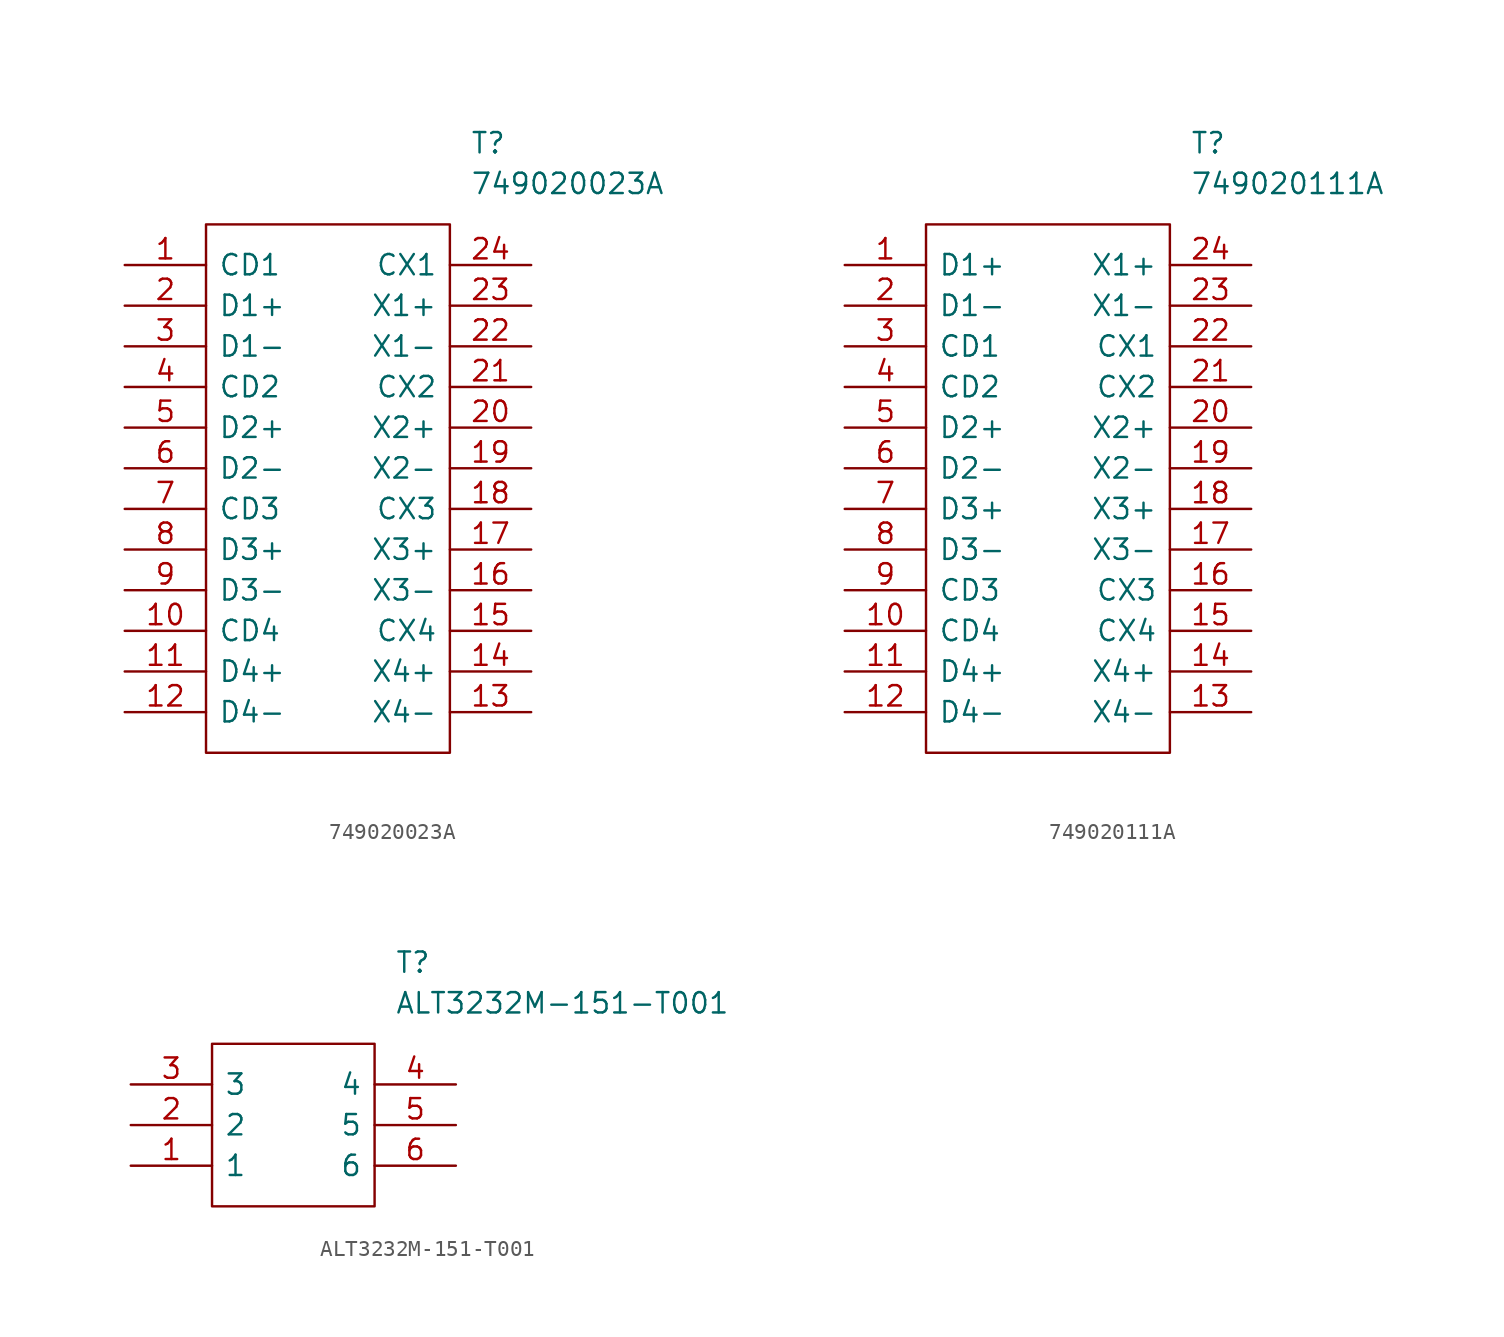
<source format=kicad_sym>
(kicad_symbol_lib
  (version 20211014)
  (generator kicad_symbol_editor)
  (symbol "749020023A"
    (pin_names
      (offset 0.762))
    (property "Reference" "T"
      (at 21.59 7.62 0)
      (effects (font (size 1.27 1.27)) (justify left)))
    (property "Value" "749020023A"
      (at 21.59 5.08 0)
      (effects (font (size 1.27 1.27)) (justify left)))
    (symbol "749020023A_0_0"
      (pin passive line (at 0 0 0) (length 5.08) (name "CD1" (effects (font (size 1.27 1.27)))) (number "1" (effects (font (size 1.27 1.27)))))
      (pin passive line (at 0 -22.86 0) (length 5.08) (name "CD4" (effects (font (size 1.27 1.27)))) (number "10" (effects (font (size 1.27 1.27)))))
      (pin passive line (at 0 -25.4 0) (length 5.08) (name "D4+" (effects (font (size 1.27 1.27)))) (number "11" (effects (font (size 1.27 1.27)))))
      (pin passive line (at 0 -27.94 0) (length 5.08) (name "D4-" (effects (font (size 1.27 1.27)))) (number "12" (effects (font (size 1.27 1.27)))))
      (pin passive line (at 25.4 -27.94 180) (length 5.08) (name "X4-" (effects (font (size 1.27 1.27)))) (number "13" (effects (font (size 1.27 1.27)))))
      (pin passive line (at 25.4 -25.4 180) (length 5.08) (name "X4+" (effects (font (size 1.27 1.27)))) (number "14" (effects (font (size 1.27 1.27)))))
      (pin passive line (at 25.4 -22.86 180) (length 5.08) (name "CX4" (effects (font (size 1.27 1.27)))) (number "15" (effects (font (size 1.27 1.27)))))
      (pin passive line (at 25.4 -20.32 180) (length 5.08) (name "X3-" (effects (font (size 1.27 1.27)))) (number "16" (effects (font (size 1.27 1.27)))))
      (pin passive line (at 25.4 -17.78 180) (length 5.08) (name "X3+" (effects (font (size 1.27 1.27)))) (number "17" (effects (font (size 1.27 1.27)))))
      (pin passive line (at 25.4 -15.24 180) (length 5.08) (name "CX3" (effects (font (size 1.27 1.27)))) (number "18" (effects (font (size 1.27 1.27)))))
      (pin passive line (at 25.4 -12.7 180) (length 5.08) (name "X2-" (effects (font (size 1.27 1.27)))) (number "19" (effects (font (size 1.27 1.27)))))
      (pin passive line (at 0 -2.54 0) (length 5.08) (name "D1+" (effects (font (size 1.27 1.27)))) (number "2" (effects (font (size 1.27 1.27)))))
      (pin passive line (at 25.4 -10.16 180) (length 5.08) (name "X2+" (effects (font (size 1.27 1.27)))) (number "20" (effects (font (size 1.27 1.27)))))
      (pin passive line (at 25.4 -7.62 180) (length 5.08) (name "CX2" (effects (font (size 1.27 1.27)))) (number "21" (effects (font (size 1.27 1.27)))))
      (pin passive line (at 25.4 -5.08 180) (length 5.08) (name "X1-" (effects (font (size 1.27 1.27)))) (number "22" (effects (font (size 1.27 1.27)))))
      (pin passive line (at 25.4 -2.54 180) (length 5.08) (name "X1+" (effects (font (size 1.27 1.27)))) (number "23" (effects (font (size 1.27 1.27)))))
      (pin passive line (at 25.4 0 180) (length 5.08) (name "CX1" (effects (font (size 1.27 1.27)))) (number "24" (effects (font (size 1.27 1.27)))))
      (pin passive line (at 0 -5.08 0) (length 5.08) (name "D1-" (effects (font (size 1.27 1.27)))) (number "3" (effects (font (size 1.27 1.27)))))
      (pin passive line (at 0 -7.62 0) (length 5.08) (name "CD2" (effects (font (size 1.27 1.27)))) (number "4" (effects (font (size 1.27 1.27)))))
      (pin passive line (at 0 -10.16 0) (length 5.08) (name "D2+" (effects (font (size 1.27 1.27)))) (number "5" (effects (font (size 1.27 1.27)))))
      (pin passive line (at 0 -12.7 0) (length 5.08) (name "D2-" (effects (font (size 1.27 1.27)))) (number "6" (effects (font (size 1.27 1.27)))))
      (pin passive line (at 0 -15.24 0) (length 5.08) (name "CD3" (effects (font (size 1.27 1.27)))) (number "7" (effects (font (size 1.27 1.27)))))
      (pin passive line (at 0 -17.78 0) (length 5.08) (name "D3+" (effects (font (size 1.27 1.27)))) (number "8" (effects (font (size 1.27 1.27)))))
      (pin passive line (at 0 -20.32 0) (length 5.08) (name "D3-" (effects (font (size 1.27 1.27)))) (number "9" (effects (font (size 1.27 1.27))))))
    (symbol "749020023A_0_1"
      (polyline (pts (xy 5.08 2.54) (xy 20.32 2.54) (xy 20.32 -30.48) (xy 5.08 -30.48) (xy 5.08 2.54)) (stroke (width 0.152) (type default) (color 0 0 0 0)) (fill (type none)))))
  (symbol "749020111A"
    (pin_names
      (offset 0.762))
    (property "Reference" "T"
      (at 21.59 7.62 0)
      (effects (font (size 1.27 1.27)) (justify left)))
    (property "Value" "749020111A"
      (at 21.59 5.08 0)
      (effects (font (size 1.27 1.27)) (justify left)))
    (symbol "749020111A_0_0"
      (pin passive line (at 0 0 0) (length 5.08) (name "D1+" (effects (font (size 1.27 1.27)))) (number "1" (effects (font (size 1.27 1.27)))))
      (pin passive line (at 0 -22.86 0) (length 5.08) (name "CD4" (effects (font (size 1.27 1.27)))) (number "10" (effects (font (size 1.27 1.27)))))
      (pin passive line (at 0 -25.4 0) (length 5.08) (name "D4+" (effects (font (size 1.27 1.27)))) (number "11" (effects (font (size 1.27 1.27)))))
      (pin passive line (at 0 -27.94 0) (length 5.08) (name "D4-" (effects (font (size 1.27 1.27)))) (number "12" (effects (font (size 1.27 1.27)))))
      (pin passive line (at 25.4 -27.94 180) (length 5.08) (name "X4-" (effects (font (size 1.27 1.27)))) (number "13" (effects (font (size 1.27 1.27)))))
      (pin passive line (at 25.4 -25.4 180) (length 5.08) (name "X4+" (effects (font (size 1.27 1.27)))) (number "14" (effects (font (size 1.27 1.27)))))
      (pin passive line (at 25.4 -22.86 180) (length 5.08) (name "CX4" (effects (font (size 1.27 1.27)))) (number "15" (effects (font (size 1.27 1.27)))))
      (pin passive line (at 25.4 -20.32 180) (length 5.08) (name "CX3" (effects (font (size 1.27 1.27)))) (number "16" (effects (font (size 1.27 1.27)))))
      (pin passive line (at 25.4 -17.78 180) (length 5.08) (name "X3-" (effects (font (size 1.27 1.27)))) (number "17" (effects (font (size 1.27 1.27)))))
      (pin passive line (at 25.4 -15.24 180) (length 5.08) (name "X3+" (effects (font (size 1.27 1.27)))) (number "18" (effects (font (size 1.27 1.27)))))
      (pin passive line (at 25.4 -12.7 180) (length 5.08) (name "X2-" (effects (font (size 1.27 1.27)))) (number "19" (effects (font (size 1.27 1.27)))))
      (pin passive line (at 0 -2.54 0) (length 5.08) (name "D1-" (effects (font (size 1.27 1.27)))) (number "2" (effects (font (size 1.27 1.27)))))
      (pin passive line (at 25.4 -10.16 180) (length 5.08) (name "X2+" (effects (font (size 1.27 1.27)))) (number "20" (effects (font (size 1.27 1.27)))))
      (pin passive line (at 25.4 -7.62 180) (length 5.08) (name "CX2" (effects (font (size 1.27 1.27)))) (number "21" (effects (font (size 1.27 1.27)))))
      (pin passive line (at 25.4 -5.08 180) (length 5.08) (name "CX1" (effects (font (size 1.27 1.27)))) (number "22" (effects (font (size 1.27 1.27)))))
      (pin passive line (at 25.4 -2.54 180) (length 5.08) (name "X1-" (effects (font (size 1.27 1.27)))) (number "23" (effects (font (size 1.27 1.27)))))
      (pin passive line (at 25.4 0 180) (length 5.08) (name "X1+" (effects (font (size 1.27 1.27)))) (number "24" (effects (font (size 1.27 1.27)))))
      (pin passive line (at 0 -5.08 0) (length 5.08) (name "CD1" (effects (font (size 1.27 1.27)))) (number "3" (effects (font (size 1.27 1.27)))))
      (pin passive line (at 0 -7.62 0) (length 5.08) (name "CD2" (effects (font (size 1.27 1.27)))) (number "4" (effects (font (size 1.27 1.27)))))
      (pin passive line (at 0 -10.16 0) (length 5.08) (name "D2+" (effects (font (size 1.27 1.27)))) (number "5" (effects (font (size 1.27 1.27)))))
      (pin passive line (at 0 -12.7 0) (length 5.08) (name "D2-" (effects (font (size 1.27 1.27)))) (number "6" (effects (font (size 1.27 1.27)))))
      (pin passive line (at 0 -15.24 0) (length 5.08) (name "D3+" (effects (font (size 1.27 1.27)))) (number "7" (effects (font (size 1.27 1.27)))))
      (pin passive line (at 0 -17.78 0) (length 5.08) (name "D3-" (effects (font (size 1.27 1.27)))) (number "8" (effects (font (size 1.27 1.27)))))
      (pin passive line (at 0 -20.32 0) (length 5.08) (name "CD3" (effects (font (size 1.27 1.27)))) (number "9" (effects (font (size 1.27 1.27))))))
    (symbol "749020111A_0_1"
      (polyline (pts (xy 5.08 2.54) (xy 20.32 2.54) (xy 20.32 -30.48) (xy 5.08 -30.48) (xy 5.08 2.54)) (stroke (width 0.152) (type default) (color 0 0 0 0)) (fill (type none)))))
  (symbol "ALT3232M-151-T001"
    (pin_names
      (offset 0.762))
    (property "Reference" "T"
      (at 16.51 7.62 0)
      (effects (font (size 1.27 1.27)) (justify left)))
    (property "Value" "ALT3232M-151-T001"
      (at 16.51 5.08 0)
      (effects (font (size 1.27 1.27)) (justify left)))
    (symbol "ALT3232M-151-T001_0_0"
      (pin passive line (at 0 -5.08 0) (length 5.08) (name "1" (effects (font (size 1.27 1.27)))) (number "1" (effects (font (size 1.27 1.27)))))
      (pin passive line (at 0 -2.54 0) (length 5.08) (name "2" (effects (font (size 1.27 1.27)))) (number "2" (effects (font (size 1.27 1.27)))))
      (pin passive line (at 0 0 0) (length 5.08) (name "3" (effects (font (size 1.27 1.27)))) (number "3" (effects (font (size 1.27 1.27)))))
      (pin passive line (at 20.32 0 180) (length 5.08) (name "4" (effects (font (size 1.27 1.27)))) (number "4" (effects (font (size 1.27 1.27)))))
      (pin passive line (at 20.32 -2.54 180) (length 5.08) (name "5" (effects (font (size 1.27 1.27)))) (number "5" (effects (font (size 1.27 1.27)))))
      (pin passive line (at 20.32 -5.08 180) (length 5.08) (name "6" (effects (font (size 1.27 1.27)))) (number "6" (effects (font (size 1.27 1.27))))))
    (symbol "ALT3232M-151-T001_0_1"
      (polyline (pts (xy 5.08 2.54) (xy 15.24 2.54) (xy 15.24 -7.62) (xy 5.08 -7.62) (xy 5.08 2.54)) (stroke (width 0.152) (type default) (color 0 0 0 0)) (fill (type none))))))
</source>
